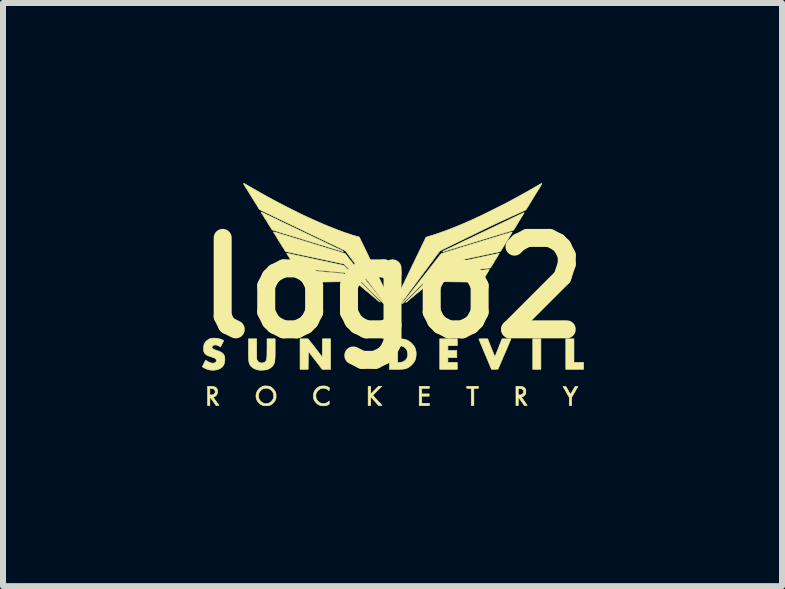
<source format=kicad_pcb>
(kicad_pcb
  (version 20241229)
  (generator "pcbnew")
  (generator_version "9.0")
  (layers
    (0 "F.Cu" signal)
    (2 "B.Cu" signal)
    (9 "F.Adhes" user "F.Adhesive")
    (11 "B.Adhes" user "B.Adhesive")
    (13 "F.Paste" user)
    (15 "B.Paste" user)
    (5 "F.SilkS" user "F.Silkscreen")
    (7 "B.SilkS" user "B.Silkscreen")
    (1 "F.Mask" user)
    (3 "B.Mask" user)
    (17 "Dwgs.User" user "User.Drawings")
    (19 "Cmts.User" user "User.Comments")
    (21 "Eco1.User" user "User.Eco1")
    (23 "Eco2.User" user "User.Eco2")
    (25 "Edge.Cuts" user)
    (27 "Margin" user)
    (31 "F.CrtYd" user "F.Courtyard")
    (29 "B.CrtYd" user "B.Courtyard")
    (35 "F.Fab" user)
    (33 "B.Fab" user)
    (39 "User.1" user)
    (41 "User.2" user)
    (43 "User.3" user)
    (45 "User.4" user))
  (footprint "logo2"
    (layer "F.Cu")
    (at 3.491 1.749)
    (property "Reference" "logo2" (at 0 0 0) (layer "F.SilkS") (effects (font (size 1.524 1.524) (thickness 0.3))))
    (attr through_hole)
    (fp_poly (pts (xy 2.472 1.355) (xy 2.337 1.355) (xy 2.337 0.847) (xy 2.472 0.847) (xy 2.472 1.355)) (stroke (width 0.01) (type solid)) (fill yes) (layer "F.SilkS"))
    (fp_poly (pts (xy 3.023 1.24) (xy 3.183 1.24) (xy 3.183 1.355) (xy 2.887 1.355) (xy 2.887 0.847) (xy 3.023 0.847) (xy 3.023 1.24)) (stroke (width 0.01) (type solid)) (fill yes) (layer "F.SilkS"))
    (fp_poly (pts (xy 1.431 1.672) (xy 1.355 1.672) (xy 1.355 1.96) (xy 1.312 1.96) (xy 1.312 1.672) (xy 1.236 1.672) (xy 1.236 1.638) (xy 1.431 1.638) (xy 1.431 1.672)) (stroke (width 0.01) (type solid)) (fill yes) (layer "F.SilkS"))
    (fp_poly (pts (xy 0.614 1.672) (xy 0.487 1.672) (xy 0.487 1.765) (xy 0.61 1.765) (xy 0.61 1.803) (xy 0.487 1.803) (xy 0.487 1.922) (xy 0.614 1.922) (xy 0.614 1.96) (xy 0.445 1.96) (xy 0.445 1.638) (xy 0.614 1.638) (xy 0.614 1.672)) (stroke (width 0.01) (type solid)) (fill yes) (layer "F.SilkS"))
    (fp_poly (pts (xy 1.079 0.961) (xy 0.923 0.961) (xy 0.923 1.041) (xy 1.071 1.041) (xy 1.071 1.16) (xy 0.923 1.16) (xy 0.923 1.24) (xy 1.079 1.24) (xy 1.079 1.355) (xy 0.787 1.355) (xy 0.787 0.847) (xy 1.079 0.847) (xy 1.079 0.961)) (stroke (width 0.01) (type solid)) (fill yes) (layer "F.SilkS"))
    (fp_poly (pts (xy -1.289 0.999) (xy -1.171 1.151) (xy -1.169 0.999) (xy -1.168 0.847) (xy -1.033 0.847) (xy -1.033 1.355) (xy -1.171 1.355) (xy -1.287 1.205) (xy -1.403 1.055) (xy -1.404 1.205) (xy -1.406 1.355) (xy -1.541 1.355) (xy -1.541 0.847) (xy -1.407 0.847) (xy -1.289 0.999)) (stroke (width 0.01) (type solid)) (fill yes) (layer "F.SilkS"))
    (fp_poly (pts (xy -0.364 1.767) (xy -0.235 1.638) (xy -0.18 1.638) (xy -0.255 1.713) (xy -0.329 1.789) (xy -0.254 1.871) (xy -0.234 1.893) (xy -0.215 1.913) (xy -0.2 1.931) (xy -0.188 1.944) (xy -0.181 1.953) (xy -0.178 1.957) (xy -0.182 1.958) (xy -0.192 1.96) (xy -0.204 1.96) (xy -0.231 1.96) (xy -0.294 1.888) (xy -0.313 1.867) (xy -0.329 1.849) (xy -0.343 1.834) (xy -0.354 1.823) (xy -0.36 1.817) (xy -0.361 1.816) (xy -0.362 1.82) (xy -0.363 1.831) (xy -0.364 1.848) (xy -0.364 1.869) (xy -0.364 1.888) (xy -0.364 1.96) (xy -0.406 1.96) (xy -0.406 1.638) (xy -0.364 1.638) (xy -0.364 1.767)) (stroke (width 0.01) (type solid)) (fill yes) (layer "F.SilkS"))
    (fp_poly (pts (xy 2.877 1.639) (xy 2.883 1.64) (xy 2.888 1.644) (xy 2.894 1.651) (xy 2.901 1.663) (xy 2.911 1.679) (xy 2.923 1.702) (xy 2.93 1.713) (xy 2.943 1.736) (xy 2.952 1.752) (xy 2.959 1.762) (xy 2.964 1.767) (xy 2.967 1.769) (xy 2.969 1.767) (xy 2.97 1.767) (xy 2.973 1.76) (xy 2.98 1.748) (xy 2.99 1.732) (xy 3.001 1.712) (xy 3.008 1.7) (xy 3.019 1.68) (xy 3.03 1.663) (xy 3.038 1.65) (xy 3.044 1.641) (xy 3.046 1.64) (xy 3.053 1.639) (xy 3.065 1.639) (xy 3.071 1.639) (xy 3.09 1.64) (xy 3.037 1.731) (xy 2.985 1.822) (xy 2.985 1.891) (xy 2.985 1.96) (xy 2.946 1.96) (xy 2.946 1.824) (xy 2.894 1.732) (xy 2.841 1.64) (xy 2.863 1.639) (xy 2.871 1.639) (xy 2.877 1.639)) (stroke (width 0.01) (type solid)) (fill yes) (layer "F.SilkS"))
    (fp_poly (pts (xy 1.926 0.847) (xy 1.945 0.847) (xy 1.958 0.848) (xy 1.966 0.848) (xy 1.97 0.85) (xy 1.971 0.852) (xy 1.971 0.854) (xy 1.969 0.859) (xy 1.964 0.871) (xy 1.956 0.89) (xy 1.946 0.914) (xy 1.933 0.944) (xy 1.919 0.978) (xy 1.903 1.015) (xy 1.885 1.056) (xy 1.867 1.098) (xy 1.863 1.107) (xy 1.758 1.353) (xy 1.649 1.355) (xy 1.545 1.107) (xy 1.527 1.064) (xy 1.51 1.023) (xy 1.494 0.984) (xy 1.479 0.95) (xy 1.467 0.919) (xy 1.456 0.894) (xy 1.448 0.874) (xy 1.443 0.86) (xy 1.44 0.854) (xy 1.44 0.853) (xy 1.441 0.851) (xy 1.444 0.849) (xy 1.451 0.848) (xy 1.463 0.847) (xy 1.481 0.847) (xy 1.507 0.847) (xy 1.512 0.847) (xy 1.585 0.847) (xy 1.645 0.997) (xy 1.658 1.03) (xy 1.67 1.061) (xy 1.681 1.088) (xy 1.691 1.111) (xy 1.698 1.128) (xy 1.704 1.139) (xy 1.706 1.144) (xy 1.706 1.144) (xy 1.708 1.139) (xy 1.713 1.128) (xy 1.72 1.11) (xy 1.73 1.088) (xy 1.74 1.06) (xy 1.753 1.03) (xy 1.766 0.997) (xy 1.767 0.994) (xy 1.825 0.847) (xy 1.899 0.847) (xy 1.926 0.847)) (stroke (width 0.01) (type solid)) (fill yes) (layer "F.SilkS"))
    (fp_poly (pts (xy 2.109 1.639) (xy 2.132 1.64) (xy 2.149 1.641) (xy 2.161 1.643) (xy 2.171 1.646) (xy 2.181 1.651) (xy 2.182 1.651) (xy 2.202 1.665) (xy 2.215 1.684) (xy 2.221 1.708) (xy 2.222 1.725) (xy 2.219 1.754) (xy 2.209 1.778) (xy 2.193 1.796) (xy 2.17 1.81) (xy 2.166 1.811) (xy 2.147 1.818) (xy 2.195 1.886) (xy 2.21 1.907) (xy 2.223 1.926) (xy 2.234 1.941) (xy 2.241 1.952) (xy 2.244 1.957) (xy 2.244 1.957) (xy 2.24 1.959) (xy 2.23 1.959) (xy 2.22 1.959) (xy 2.196 1.958) (xy 2.149 1.889) (xy 2.134 1.868) (xy 2.121 1.85) (xy 2.11 1.835) (xy 2.103 1.825) (xy 2.099 1.821) (xy 2.099 1.82) (xy 2.098 1.824) (xy 2.097 1.835) (xy 2.096 1.852) (xy 2.096 1.873) (xy 2.095 1.89) (xy 2.095 1.96) (xy 2.057 1.96) (xy 2.057 1.782) (xy 2.095 1.782) (xy 2.118 1.782) (xy 2.135 1.781) (xy 2.151 1.776) (xy 2.155 1.775) (xy 2.17 1.763) (xy 2.18 1.746) (xy 2.183 1.726) (xy 2.182 1.722) (xy 2.178 1.703) (xy 2.17 1.691) (xy 2.156 1.682) (xy 2.137 1.676) (xy 2.121 1.674) (xy 2.095 1.671) (xy 2.095 1.782) (xy 2.057 1.782) (xy 2.057 1.637) (xy 2.109 1.639)) (stroke (width 0.01) (type solid)) (fill yes) (layer "F.SilkS"))
    (fp_poly (pts (xy 0.056 0.847) (xy 0.096 0.847) (xy 0.129 0.848) (xy 0.157 0.849) (xy 0.179 0.851) (xy 0.199 0.855) (xy 0.216 0.859) (xy 0.233 0.865) (xy 0.25 0.873) (xy 0.257 0.876) (xy 0.293 0.899) (xy 0.326 0.928) (xy 0.353 0.962) (xy 0.375 0.999) (xy 0.387 1.035) (xy 0.39 1.052) (xy 0.393 1.074) (xy 0.394 1.097) (xy 0.394 1.102) (xy 0.391 1.145) (xy 0.384 1.182) (xy 0.37 1.216) (xy 0.349 1.248) (xy 0.321 1.279) (xy 0.32 1.281) (xy 0.292 1.306) (xy 0.266 1.324) (xy 0.258 1.328) (xy 0.243 1.336) (xy 0.228 1.341) (xy 0.214 1.346) (xy 0.199 1.349) (xy 0.181 1.352) (xy 0.159 1.353) (xy 0.132 1.354) (xy 0.099 1.355) (xy 0.065 1.355) (xy -0.051 1.355) (xy -0.051 1.241) (xy 0.085 1.241) (xy 0.121 1.24) (xy 0.141 1.238) (xy 0.157 1.235) (xy 0.171 1.23) (xy 0.185 1.223) (xy 0.212 1.205) (xy 0.233 1.182) (xy 0.246 1.155) (xy 0.253 1.122) (xy 0.254 1.103) (xy 0.25 1.068) (xy 0.24 1.037) (xy 0.223 1.01) (xy 0.2 0.989) (xy 0.196 0.986) (xy 0.18 0.977) (xy 0.164 0.971) (xy 0.145 0.966) (xy 0.121 0.963) (xy 0.115 0.963) (xy 0.085 0.96) (xy 0.085 1.241) (xy -0.051 1.241) (xy -0.051 0.847) (xy 0.056 0.847)) (stroke (width 0.01) (type solid)) (fill yes) (layer "F.SilkS"))
    (fp_poly (pts (xy -2.264 1.017) (xy -2.263 1.188) (xy -2.252 1.208) (xy -2.238 1.228) (xy -2.219 1.241) (xy -2.195 1.248) (xy -2.178 1.249) (xy -2.158 1.247) (xy -2.142 1.242) (xy -2.136 1.239) (xy -2.126 1.233) (xy -2.118 1.226) (xy -2.111 1.217) (xy -2.105 1.207) (xy -2.101 1.193) (xy -2.097 1.176) (xy -2.095 1.154) (xy -2.093 1.126) (xy -2.092 1.093) (xy -2.092 1.053) (xy -2.091 1.005) (xy -2.091 0.998) (xy -2.091 0.847) (xy -1.956 0.847) (xy -1.956 1.004) (xy -1.956 1.055) (xy -1.956 1.099) (xy -1.957 1.135) (xy -1.958 1.166) (xy -1.96 1.191) (xy -1.962 1.212) (xy -1.965 1.229) (xy -1.968 1.244) (xy -1.972 1.257) (xy -1.973 1.259) (xy -1.988 1.287) (xy -2.009 1.312) (xy -2.036 1.334) (xy -2.068 1.351) (xy -2.097 1.361) (xy -2.118 1.365) (xy -2.144 1.368) (xy -2.172 1.369) (xy -2.199 1.37) (xy -2.222 1.368) (xy -2.227 1.368) (xy -2.269 1.358) (xy -2.307 1.343) (xy -2.338 1.323) (xy -2.364 1.298) (xy -2.382 1.268) (xy -2.383 1.265) (xy -2.387 1.255) (xy -2.391 1.244) (xy -2.393 1.231) (xy -2.395 1.216) (xy -2.397 1.197) (xy -2.398 1.173) (xy -2.399 1.145) (xy -2.4 1.111) (xy -2.4 1.069) (xy -2.4 1.021) (xy -2.4 1.019) (xy -2.4 0.847) (xy -2.265 0.847) (xy -2.264 1.017)) (stroke (width 0.01) (type solid)) (fill yes) (layer "F.SilkS"))
    (fp_poly (pts (xy -3 1.64) (xy -2.971 1.645) (xy -2.949 1.654) (xy -2.933 1.668) (xy -2.922 1.685) (xy -2.917 1.702) (xy -2.915 1.73) (xy -2.919 1.756) (xy -2.929 1.779) (xy -2.945 1.798) (xy -2.966 1.81) (xy -2.977 1.814) (xy -2.985 1.817) (xy -2.989 1.819) (xy -2.986 1.823) (xy -2.98 1.833) (xy -2.97 1.847) (xy -2.957 1.865) (xy -2.943 1.885) (xy -2.943 1.885) (xy -2.928 1.906) (xy -2.915 1.924) (xy -2.905 1.939) (xy -2.897 1.95) (xy -2.894 1.955) (xy -2.894 1.958) (xy -2.901 1.959) (xy -2.914 1.96) (xy -2.916 1.96) (xy -2.94 1.96) (xy -2.988 1.89) (xy -3.003 1.869) (xy -3.017 1.85) (xy -3.028 1.835) (xy -3.036 1.825) (xy -3.04 1.82) (xy -3.04 1.82) (xy -3.041 1.824) (xy -3.042 1.835) (xy -3.043 1.852) (xy -3.044 1.873) (xy -3.044 1.89) (xy -3.044 1.96) (xy -3.082 1.96) (xy -3.082 1.782) (xy -3.044 1.782) (xy -3.023 1.782) (xy -3.006 1.781) (xy -2.989 1.777) (xy -2.984 1.775) (xy -2.969 1.765) (xy -2.959 1.751) (xy -2.954 1.734) (xy -2.956 1.717) (xy -2.963 1.7) (xy -2.974 1.687) (xy -2.991 1.678) (xy -2.993 1.678) (xy -3.009 1.675) (xy -3.025 1.673) (xy -3.028 1.673) (xy -3.044 1.672) (xy -3.044 1.782) (xy -3.082 1.782) (xy -3.082 1.638) (xy -3.035 1.638) (xy -3 1.64)) (stroke (width 0.01) (type solid)) (fill yes) (layer "F.SilkS"))
    (fp_poly (pts (xy -1.129 1.633) (xy -1.115 1.634) (xy -1.103 1.637) (xy -1.09 1.643) (xy -1.082 1.646) (xy -1.054 1.66) (xy -1.054 1.685) (xy -1.055 1.701) (xy -1.057 1.708) (xy -1.061 1.709) (xy -1.068 1.703) (xy -1.069 1.701) (xy -1.084 1.69) (xy -1.104 1.679) (xy -1.127 1.672) (xy -1.145 1.669) (xy -1.175 1.671) (xy -1.204 1.68) (xy -1.23 1.697) (xy -1.252 1.719) (xy -1.268 1.746) (xy -1.269 1.747) (xy -1.274 1.761) (xy -1.277 1.773) (xy -1.278 1.787) (xy -1.278 1.803) (xy -1.275 1.829) (xy -1.268 1.85) (xy -1.257 1.869) (xy -1.246 1.883) (xy -1.224 1.904) (xy -1.201 1.917) (xy -1.173 1.924) (xy -1.162 1.925) (xy -1.133 1.925) (xy -1.109 1.919) (xy -1.085 1.907) (xy -1.073 1.898) (xy -1.054 1.884) (xy -1.055 1.91) (xy -1.056 1.937) (xy -1.081 1.949) (xy -1.095 1.956) (xy -1.107 1.96) (xy -1.122 1.962) (xy -1.141 1.963) (xy -1.144 1.963) (xy -1.169 1.963) (xy -1.189 1.961) (xy -1.2 1.959) (xy -1.236 1.943) (xy -1.267 1.92) (xy -1.291 1.892) (xy -1.306 1.867) (xy -1.312 1.852) (xy -1.316 1.839) (xy -1.318 1.826) (xy -1.319 1.808) (xy -1.319 1.801) (xy -1.316 1.763) (xy -1.306 1.73) (xy -1.289 1.7) (xy -1.265 1.674) (xy -1.251 1.663) (xy -1.228 1.648) (xy -1.205 1.638) (xy -1.179 1.633) (xy -1.149 1.632) (xy -1.129 1.633)) (stroke (width 0.01) (type solid)) (fill yes) (layer "F.SilkS"))
    (fp_poly (pts (xy -1.574 -0.308) (xy -1.563 -0.306) (xy -1.545 -0.305) (xy -1.524 -0.303) (xy -1.501 -0.301) (xy -1.499 -0.301) (xy -1.473 -0.299) (xy -1.446 -0.296) (xy -1.422 -0.294) (xy -1.403 -0.292) (xy -1.383 -0.29) (xy -1.358 -0.287) (xy -1.331 -0.285) (xy -1.312 -0.284) (xy -1.277 -0.281) (xy -1.234 -0.277) (xy -1.185 -0.273) (xy -1.131 -0.268) (xy -1.073 -0.263) (xy -1.046 -0.261) (xy -1.016 -0.258) (xy -0.982 -0.255) (xy -0.946 -0.252) (xy -0.912 -0.249) (xy -0.899 -0.248) (xy -0.873 -0.245) (xy -0.851 -0.243) (xy -0.832 -0.241) (xy -0.819 -0.239) (xy -0.813 -0.238) (xy -0.81 -0.236) (xy -0.805 -0.233) (xy -0.798 -0.228) (xy -0.787 -0.219) (xy -0.773 -0.207) (xy -0.754 -0.191) (xy -0.741 -0.18) (xy -0.728 -0.169) (xy -0.712 -0.155) (xy -0.695 -0.141) (xy -0.693 -0.14) (xy -0.68 -0.129) (xy -0.67 -0.119) (xy -0.665 -0.113) (xy -0.665 -0.112) (xy -0.668 -0.111) (xy -0.678 -0.109) (xy -0.695 -0.108) (xy -0.719 -0.107) (xy -0.75 -0.106) (xy -0.789 -0.106) (xy -0.837 -0.105) (xy -0.863 -0.104) (xy -0.912 -0.104) (xy -0.968 -0.103) (xy -1.028 -0.102) (xy -1.089 -0.101) (xy -1.15 -0.1) (xy -1.207 -0.1) (xy -1.258 -0.099) (xy -1.262 -0.099) (xy -1.463 -0.096) (xy -1.471 -0.106) (xy -1.476 -0.114) (xy -1.485 -0.128) (xy -1.494 -0.143) (xy -1.498 -0.148) (xy -1.507 -0.163) (xy -1.515 -0.174) (xy -1.52 -0.18) (xy -1.521 -0.181) (xy -1.524 -0.186) (xy -1.524 -0.187) (xy -1.526 -0.192) (xy -1.532 -0.202) (xy -1.541 -0.217) (xy -1.552 -0.235) (xy -1.558 -0.245) (xy -1.57 -0.265) (xy -1.58 -0.282) (xy -1.587 -0.295) (xy -1.591 -0.303) (xy -1.592 -0.305) (xy -1.589 -0.308) (xy -1.579 -0.308) (xy -1.574 -0.308)) (stroke (width 0.01) (type solid)) (fill yes) (layer "F.SilkS"))
    (fp_poly (pts (xy -2.085 1.633) (xy -2.068 1.635) (xy -2.052 1.639) (xy -2.043 1.642) (xy -2.017 1.656) (xy -1.992 1.677) (xy -1.97 1.702) (xy -1.955 1.726) (xy -1.949 1.74) (xy -1.945 1.751) (xy -1.942 1.762) (xy -1.941 1.776) (xy -1.941 1.795) (xy -1.941 1.799) (xy -1.941 1.82) (xy -1.942 1.835) (xy -1.945 1.847) (xy -1.948 1.858) (xy -1.954 1.869) (xy -1.971 1.897) (xy -1.994 1.922) (xy -2.021 1.942) (xy -2.034 1.949) (xy -2.048 1.956) (xy -2.061 1.959) (xy -2.077 1.962) (xy -2.097 1.963) (xy -2.1 1.963) (xy -2.127 1.963) (xy -2.149 1.961) (xy -2.158 1.958) (xy -2.192 1.943) (xy -2.222 1.92) (xy -2.232 1.909) (xy -2.254 1.881) (xy -2.268 1.85) (xy -2.275 1.817) (xy -2.275 1.79) (xy -2.234 1.79) (xy -2.232 1.822) (xy -2.223 1.852) (xy -2.206 1.879) (xy -2.183 1.901) (xy -2.162 1.913) (xy -2.148 1.92) (xy -2.137 1.924) (xy -2.125 1.926) (xy -2.11 1.926) (xy -2.101 1.925) (xy -2.081 1.924) (xy -2.067 1.921) (xy -2.054 1.916) (xy -2.048 1.912) (xy -2.025 1.895) (xy -2.004 1.872) (xy -1.989 1.848) (xy -1.988 1.846) (xy -1.981 1.82) (xy -1.979 1.792) (xy -1.984 1.763) (xy -1.991 1.743) (xy -2.009 1.715) (xy -2.032 1.693) (xy -2.059 1.678) (xy -2.089 1.67) (xy -2.121 1.67) (xy -2.144 1.674) (xy -2.167 1.684) (xy -2.189 1.7) (xy -2.208 1.72) (xy -2.222 1.742) (xy -2.228 1.757) (xy -2.234 1.79) (xy -2.275 1.79) (xy -2.275 1.783) (xy -2.268 1.75) (xy -2.255 1.719) (xy -2.236 1.691) (xy -2.211 1.667) (xy -2.18 1.647) (xy -2.177 1.646) (xy -2.162 1.639) (xy -2.15 1.635) (xy -2.138 1.633) (xy -2.121 1.632) (xy -2.108 1.632) (xy -2.085 1.633)) (stroke (width 0.01) (type solid)) (fill yes) (layer "F.SilkS"))
    (fp_poly (pts (xy 1.61 -0.308) (xy 1.611 -0.308) (xy 1.61 -0.304) (xy 1.605 -0.294) (xy 1.597 -0.28) (xy 1.587 -0.263) (xy 1.586 -0.261) (xy 1.575 -0.244) (xy 1.566 -0.229) (xy 1.56 -0.218) (xy 1.558 -0.212) (xy 1.558 -0.212) (xy 1.555 -0.208) (xy 1.554 -0.207) (xy 1.55 -0.204) (xy 1.549 -0.203) (xy 1.547 -0.197) (xy 1.541 -0.187) (xy 1.537 -0.181) (xy 1.529 -0.169) (xy 1.519 -0.152) (xy 1.508 -0.135) (xy 1.505 -0.13) (xy 1.485 -0.097) (xy 1.362 -0.098) (xy 1.328 -0.098) (xy 1.288 -0.099) (xy 1.243 -0.099) (xy 1.196 -0.1) (xy 1.148 -0.101) (xy 1.101 -0.101) (xy 1.065 -0.102) (xy 1.022 -0.102) (xy 0.977 -0.103) (xy 0.932 -0.104) (xy 0.888 -0.104) (xy 0.848 -0.105) (xy 0.813 -0.105) (xy 0.786 -0.105) (xy 0.753 -0.105) (xy 0.728 -0.106) (xy 0.709 -0.106) (xy 0.696 -0.107) (xy 0.688 -0.108) (xy 0.683 -0.11) (xy 0.682 -0.112) (xy 0.682 -0.112) (xy 0.684 -0.118) (xy 0.685 -0.119) (xy 0.69 -0.121) (xy 0.7 -0.129) (xy 0.714 -0.14) (xy 0.732 -0.155) (xy 0.753 -0.172) (xy 0.775 -0.191) (xy 0.798 -0.211) (xy 0.805 -0.217) (xy 0.818 -0.227) (xy 0.828 -0.235) (xy 0.834 -0.238) (xy 0.841 -0.239) (xy 0.855 -0.241) (xy 0.874 -0.243) (xy 0.897 -0.246) (xy 0.918 -0.247) (xy 0.95 -0.25) (xy 0.985 -0.253) (xy 1.022 -0.257) (xy 1.055 -0.259) (xy 1.065 -0.26) (xy 1.134 -0.267) (xy 1.196 -0.272) (xy 1.251 -0.277) (xy 1.298 -0.281) (xy 1.336 -0.284) (xy 1.36 -0.286) (xy 1.386 -0.288) (xy 1.409 -0.29) (xy 1.425 -0.292) (xy 1.446 -0.294) (xy 1.471 -0.296) (xy 1.494 -0.298) (xy 1.496 -0.298) (xy 1.52 -0.3) (xy 1.546 -0.303) (xy 1.57 -0.305) (xy 1.572 -0.305) (xy 1.589 -0.307) (xy 1.602 -0.308) (xy 1.61 -0.308)) (stroke (width 0.01) (type solid)) (fill yes) (layer "F.SilkS"))
    (fp_poly (pts (xy -2.941 0.837) (xy -2.915 0.84) (xy -2.893 0.844) (xy -2.872 0.851) (xy -2.852 0.858) (xy -2.835 0.865) (xy -2.822 0.872) (xy -2.816 0.877) (xy -2.815 0.879) (xy -2.817 0.884) (xy -2.822 0.896) (xy -2.83 0.912) (xy -2.839 0.93) (xy -2.841 0.933) (xy -2.867 0.983) (xy -2.878 0.975) (xy -2.906 0.96) (xy -2.933 0.951) (xy -2.958 0.949) (xy -2.98 0.953) (xy -2.994 0.962) (xy -3.003 0.972) (xy -3.008 0.983) (xy -3.008 0.983) (xy -3.009 0.992) (xy -3.005 1) (xy -2.997 1.009) (xy -2.988 1.016) (xy -2.976 1.023) (xy -2.959 1.03) (xy -2.937 1.038) (xy -2.934 1.039) (xy -2.901 1.05) (xy -2.875 1.061) (xy -2.854 1.072) (xy -2.837 1.084) (xy -2.825 1.095) (xy -2.811 1.113) (xy -2.801 1.133) (xy -2.796 1.159) (xy -2.794 1.189) (xy -2.797 1.231) (xy -2.806 1.266) (xy -2.822 1.297) (xy -2.844 1.322) (xy -2.873 1.342) (xy -2.909 1.358) (xy -2.911 1.358) (xy -2.933 1.364) (xy -2.961 1.368) (xy -2.991 1.37) (xy -3.019 1.369) (xy -3.036 1.367) (xy -3.053 1.364) (xy -3.074 1.359) (xy -3.087 1.355) (xy -3.102 1.349) (xy -3.119 1.341) (xy -3.136 1.333) (xy -3.152 1.325) (xy -3.163 1.317) (xy -3.168 1.313) (xy -3.167 1.308) (xy -3.163 1.298) (xy -3.156 1.284) (xy -3.148 1.267) (xy -3.139 1.249) (xy -3.13 1.232) (xy -3.122 1.218) (xy -3.116 1.207) (xy -3.113 1.203) (xy -3.11 1.205) (xy -3.101 1.21) (xy -3.092 1.216) (xy -3.066 1.233) (xy -3.044 1.244) (xy -3.022 1.25) (xy -3.005 1.252) (xy -2.986 1.253) (xy -2.971 1.25) (xy -2.962 1.247) (xy -2.946 1.236) (xy -2.937 1.222) (xy -2.934 1.206) (xy -2.939 1.191) (xy -2.944 1.184) (xy -2.952 1.177) (xy -2.961 1.17) (xy -2.973 1.164) (xy -2.99 1.158) (xy -3.014 1.15) (xy -3.023 1.147) (xy -3.057 1.136) (xy -3.084 1.124) (xy -3.105 1.112) (xy -3.121 1.098) (xy -3.134 1.081) (xy -3.138 1.074) (xy -3.142 1.065) (xy -3.145 1.055) (xy -3.147 1.043) (xy -3.147 1.026) (xy -3.147 1.008) (xy -3.147 0.984) (xy -3.146 0.967) (xy -3.144 0.954) (xy -3.14 0.942) (xy -3.138 0.935) (xy -3.121 0.904) (xy -3.097 0.878) (xy -3.067 0.857) (xy -3.057 0.852) (xy -3.044 0.845) (xy -3.033 0.841) (xy -3.022 0.838) (xy -3.011 0.837) (xy -2.995 0.836) (xy -2.974 0.836) (xy -2.941 0.837)) (stroke (width 0.01) (type solid)) (fill yes) (layer "F.SilkS"))
    (fp_poly (pts (xy -2.183 -1.264) (xy -2.172 -1.259) (xy -2.156 -1.252) (xy -2.136 -1.242) (xy -2.113 -1.231) (xy -2.105 -1.227) (xy -2.079 -1.214) (xy -2.052 -1.202) (xy -2.028 -1.19) (xy -2.007 -1.18) (xy -1.992 -1.173) (xy -1.992 -1.173) (xy -1.975 -1.165) (xy -1.953 -1.154) (xy -1.929 -1.143) (xy -1.905 -1.131) (xy -1.901 -1.129) (xy -1.872 -1.115) (xy -1.844 -1.102) (xy -1.814 -1.088) (xy -1.782 -1.072) (xy -1.744 -1.055) (xy -1.717 -1.041) (xy -1.695 -1.031) (xy -1.67 -1.019) (xy -1.643 -1.006) (xy -1.623 -0.997) (xy -1.581 -0.976) (xy -1.534 -0.954) (xy -1.486 -0.931) (xy -1.441 -0.91) (xy -1.429 -0.904) (xy -1.41 -0.895) (xy -1.386 -0.884) (xy -1.361 -0.872) (xy -1.337 -0.86) (xy -1.336 -0.859) (xy -1.312 -0.848) (xy -1.286 -0.836) (xy -1.263 -0.824) (xy -1.243 -0.815) (xy -1.242 -0.815) (xy -1.223 -0.806) (xy -1.2 -0.795) (xy -1.174 -0.783) (xy -1.151 -0.771) (xy -1.106 -0.75) (xy -1.068 -0.731) (xy -1.036 -0.716) (xy -1.009 -0.703) (xy -0.987 -0.692) (xy -0.968 -0.683) (xy -0.952 -0.676) (xy -0.944 -0.672) (xy -0.907 -0.655) (xy -0.878 -0.641) (xy -0.855 -0.63) (xy -0.839 -0.621) (xy -0.828 -0.615) (xy -0.822 -0.611) (xy -0.821 -0.609) (xy -0.825 -0.606) (xy -0.834 -0.607) (xy -0.84 -0.609) (xy -0.848 -0.612) (xy -0.862 -0.617) (xy -0.878 -0.622) (xy -0.881 -0.622) (xy -0.899 -0.628) (xy -0.916 -0.633) (xy -0.929 -0.637) (xy -0.929 -0.637) (xy -0.943 -0.641) (xy -0.96 -0.647) (xy -0.972 -0.65) (xy -0.989 -0.655) (xy -1.01 -0.662) (xy -1.027 -0.667) (xy -1.044 -0.672) (xy -1.066 -0.679) (xy -1.089 -0.686) (xy -1.101 -0.69) (xy -1.129 -0.699) (xy -1.159 -0.708) (xy -1.188 -0.716) (xy -1.214 -0.724) (xy -1.237 -0.731) (xy -1.254 -0.737) (xy -1.259 -0.739) (xy -1.272 -0.743) (xy -1.289 -0.748) (xy -1.307 -0.753) (xy -1.308 -0.754) (xy -1.327 -0.759) (xy -1.347 -0.765) (xy -1.363 -0.77) (xy -1.381 -0.776) (xy -1.401 -0.782) (xy -1.412 -0.785) (xy -1.438 -0.793) (xy -1.466 -0.802) (xy -1.493 -0.81) (xy -1.509 -0.815) (xy -1.521 -0.819) (xy -1.54 -0.825) (xy -1.565 -0.833) (xy -1.594 -0.842) (xy -1.627 -0.852) (xy -1.662 -0.862) (xy -1.687 -0.87) (xy -1.707 -0.876) (xy -1.726 -0.882) (xy -1.74 -0.886) (xy -1.748 -0.889) (xy -1.748 -0.889) (xy -1.758 -0.892) (xy -1.772 -0.896) (xy -1.789 -0.901) (xy -1.791 -0.902) (xy -1.809 -0.907) (xy -1.826 -0.912) (xy -1.839 -0.916) (xy -1.839 -0.917) (xy -1.854 -0.921) (xy -1.874 -0.927) (xy -1.896 -0.934) (xy -1.92 -0.942) (xy -1.942 -0.949) (xy -1.962 -0.955) (xy -1.977 -0.959) (xy -1.983 -0.961) (xy -1.994 -0.964) (xy -2.002 -0.967) (xy -2.009 -0.973) (xy -2.016 -0.982) (xy -2.025 -0.997) (xy -2.027 -1.001) (xy -2.039 -1.02) (xy -2.047 -1.033) (xy -2.052 -1.042) (xy -2.055 -1.047) (xy -2.058 -1.05) (xy -2.061 -1.053) (xy -2.061 -1.054) (xy -2.067 -1.062) (xy -2.073 -1.073) (xy -2.079 -1.085) (xy -2.088 -1.1) (xy -2.098 -1.117) (xy -2.108 -1.133) (xy -2.118 -1.148) (xy -2.126 -1.158) (xy -2.13 -1.163) (xy -2.13 -1.163) (xy -2.134 -1.168) (xy -2.134 -1.169) (xy -2.136 -1.175) (xy -2.141 -1.185) (xy -2.15 -1.199) (xy -2.159 -1.214) (xy -2.168 -1.229) (xy -2.177 -1.241) (xy -2.183 -1.25) (xy -2.185 -1.252) (xy -2.188 -1.256) (xy -2.189 -1.263) (xy -2.187 -1.266) (xy -2.187 -1.266) (xy -2.183 -1.264)) (stroke (width 0.01) (type solid)) (fill yes) (layer "F.SilkS"))
    (fp_poly (pts (xy 2.193 -1.254) (xy 2.19 -1.247) (xy 2.183 -1.236) (xy 2.183 -1.235) (xy 2.175 -1.223) (xy 2.17 -1.213) (xy 2.17 -1.212) (xy 2.166 -1.204) (xy 2.163 -1.202) (xy 2.159 -1.199) (xy 2.159 -1.196) (xy 2.157 -1.19) (xy 2.156 -1.19) (xy 2.152 -1.186) (xy 2.146 -1.177) (xy 2.14 -1.167) (xy 2.132 -1.152) (xy 2.121 -1.134) (xy 2.11 -1.117) (xy 2.109 -1.115) (xy 2.098 -1.098) (xy 2.087 -1.079) (xy 2.078 -1.063) (xy 2.077 -1.063) (xy 2.068 -1.046) (xy 2.056 -1.027) (xy 2.048 -1.015) (xy 2.039 -1.002) (xy 2.033 -0.99) (xy 2.029 -0.983) (xy 2.023 -0.973) (xy 2.015 -0.965) (xy 2.008 -0.961) (xy 2.008 -0.961) (xy 2.002 -0.96) (xy 1.99 -0.956) (xy 1.974 -0.951) (xy 1.954 -0.945) (xy 1.949 -0.944) (xy 1.927 -0.937) (xy 1.906 -0.93) (xy 1.888 -0.925) (xy 1.876 -0.921) (xy 1.875 -0.921) (xy 1.859 -0.916) (xy 1.841 -0.911) (xy 1.834 -0.908) (xy 1.787 -0.894) (xy 1.749 -0.883) (xy 1.738 -0.879) (xy 1.719 -0.874) (xy 1.694 -0.866) (xy 1.665 -0.857) (xy 1.631 -0.847) (xy 1.596 -0.836) (xy 1.558 -0.824) (xy 1.543 -0.819) (xy 1.518 -0.812) (xy 1.49 -0.803) (xy 1.463 -0.795) (xy 1.452 -0.791) (xy 1.428 -0.784) (xy 1.401 -0.776) (xy 1.377 -0.768) (xy 1.367 -0.765) (xy 1.348 -0.759) (xy 1.331 -0.754) (xy 1.317 -0.75) (xy 1.312 -0.748) (xy 1.298 -0.744) (xy 1.282 -0.739) (xy 1.281 -0.739) (xy 1.266 -0.734) (xy 1.249 -0.729) (xy 1.242 -0.727) (xy 1.227 -0.722) (xy 1.204 -0.715) (xy 1.175 -0.706) (xy 1.142 -0.696) (xy 1.105 -0.685) (xy 1.066 -0.673) (xy 1.065 -0.672) (xy 1.042 -0.665) (xy 1.021 -0.659) (xy 1.002 -0.653) (xy 0.989 -0.649) (xy 0.988 -0.649) (xy 0.972 -0.644) (xy 0.956 -0.639) (xy 0.95 -0.637) (xy 0.938 -0.633) (xy 0.921 -0.628) (xy 0.902 -0.623) (xy 0.902 -0.622) (xy 0.885 -0.617) (xy 0.871 -0.613) (xy 0.861 -0.61) (xy 0.86 -0.609) (xy 0.849 -0.606) (xy 0.841 -0.606) (xy 0.838 -0.609) (xy 0.842 -0.612) (xy 0.851 -0.618) (xy 0.865 -0.625) (xy 0.875 -0.63) (xy 0.889 -0.636) (xy 0.905 -0.644) (xy 0.924 -0.653) (xy 0.948 -0.664) (xy 0.976 -0.677) (xy 1.009 -0.693) (xy 1.049 -0.712) (xy 1.082 -0.728) (xy 1.098 -0.736) (xy 1.12 -0.747) (xy 1.146 -0.759) (xy 1.172 -0.772) (xy 1.193 -0.782) (xy 1.216 -0.793) (xy 1.236 -0.802) (xy 1.252 -0.81) (xy 1.263 -0.815) (xy 1.268 -0.817) (xy 1.268 -0.817) (xy 1.272 -0.819) (xy 1.283 -0.824) (xy 1.299 -0.831) (xy 1.319 -0.841) (xy 1.343 -0.853) (xy 1.361 -0.861) (xy 1.387 -0.874) (xy 1.409 -0.885) (xy 1.429 -0.894) (xy 1.443 -0.901) (xy 1.452 -0.905) (xy 1.454 -0.906) (xy 1.458 -0.908) (xy 1.468 -0.913) (xy 1.484 -0.92) (xy 1.504 -0.93) (xy 1.527 -0.941) (xy 1.533 -0.943) (xy 1.56 -0.956) (xy 1.587 -0.969) (xy 1.612 -0.981) (xy 1.634 -0.992) (xy 1.649 -0.999) (xy 1.664 -1.006) (xy 1.685 -1.016) (xy 1.712 -1.029) (xy 1.743 -1.044) (xy 1.777 -1.06) (xy 1.814 -1.078) (xy 1.851 -1.096) (xy 1.889 -1.113) (xy 1.925 -1.131) (xy 1.926 -1.131) (xy 1.943 -1.14) (xy 1.965 -1.15) (xy 1.99 -1.162) (xy 2.015 -1.174) (xy 2.024 -1.178) (xy 2.065 -1.198) (xy 2.102 -1.216) (xy 2.133 -1.23) (xy 2.157 -1.242) (xy 2.176 -1.25) (xy 2.187 -1.256) (xy 2.191 -1.257) (xy 2.193 -1.254)) (stroke (width 0.01) (type solid)) (fill yes) (layer "F.SilkS"))
    (fp_poly (pts (xy -1.748 -0.577) (xy -1.732 -0.574) (xy -1.72 -0.572) (xy -1.685 -0.564) (xy -1.655 -0.557) (xy -1.628 -0.551) (xy -1.601 -0.546) (xy -1.594 -0.544) (xy -1.577 -0.541) (xy -1.562 -0.538) (xy -1.553 -0.535) (xy -1.552 -0.535) (xy -1.539 -0.532) (xy -1.521 -0.528) (xy -1.498 -0.523) (xy -1.473 -0.518) (xy -1.449 -0.513) (xy -1.427 -0.508) (xy -1.409 -0.504) (xy -1.399 -0.502) (xy -1.367 -0.495) (xy -1.343 -0.49) (xy -1.323 -0.486) (xy -1.308 -0.482) (xy -1.295 -0.48) (xy -1.284 -0.477) (xy -1.278 -0.476) (xy -1.26 -0.472) (xy -1.238 -0.467) (xy -1.218 -0.464) (xy -1.202 -0.46) (xy -1.189 -0.458) (xy -1.182 -0.456) (xy -1.181 -0.455) (xy -1.176 -0.454) (xy -1.165 -0.451) (xy -1.155 -0.449) (xy -1.141 -0.447) (xy -1.12 -0.442) (xy -1.093 -0.437) (xy -1.063 -0.43) (xy -1.031 -0.423) (xy -1.014 -0.419) (xy -1.001 -0.416) (xy -0.984 -0.413) (xy -0.965 -0.409) (xy -0.963 -0.408) (xy -0.941 -0.404) (xy -0.916 -0.398) (xy -0.895 -0.394) (xy -0.875 -0.389) (xy -0.853 -0.385) (xy -0.836 -0.381) (xy -0.835 -0.381) (xy -0.809 -0.375) (xy -0.506 -0.072) (xy -0.464 -0.03) (xy -0.423 0.011) (xy -0.385 0.049) (xy -0.349 0.085) (xy -0.317 0.119) (xy -0.287 0.148) (xy -0.262 0.175) (xy -0.24 0.197) (xy -0.224 0.214) (xy -0.212 0.227) (xy -0.205 0.235) (xy -0.204 0.236) (xy -0.207 0.236) (xy -0.216 0.231) (xy -0.227 0.223) (xy -0.229 0.221) (xy -0.245 0.208) (xy -0.261 0.194) (xy -0.273 0.184) (xy -0.3 0.161) (xy -0.323 0.143) (xy -0.343 0.126) (xy -0.362 0.11) (xy -0.382 0.093) (xy -0.39 0.086) (xy -0.405 0.074) (xy -0.421 0.06) (xy -0.43 0.053) (xy -0.445 0.041) (xy -0.46 0.028) (xy -0.468 0.021) (xy -0.481 0.01) (xy -0.497 -0.003) (xy -0.506 -0.011) (xy -0.521 -0.023) (xy -0.536 -0.036) (xy -0.544 -0.042) (xy -0.554 -0.051) (xy -0.569 -0.063) (xy -0.587 -0.077) (xy -0.605 -0.092) (xy -0.605 -0.093) (xy -0.626 -0.11) (xy -0.648 -0.129) (xy -0.669 -0.146) (xy -0.684 -0.159) (xy -0.702 -0.174) (xy -0.724 -0.193) (xy -0.746 -0.211) (xy -0.759 -0.222) (xy -0.8 -0.256) (xy -0.854 -0.261) (xy -0.878 -0.263) (xy -0.907 -0.266) (xy -0.938 -0.268) (xy -0.969 -0.271) (xy -0.982 -0.272) (xy -1.008 -0.275) (xy -1.031 -0.277) (xy -1.052 -0.279) (xy -1.067 -0.281) (xy -1.073 -0.281) (xy -1.084 -0.283) (xy -1.101 -0.284) (xy -1.122 -0.286) (xy -1.141 -0.288) (xy -1.157 -0.289) (xy -1.174 -0.291) (xy -1.192 -0.292) (xy -1.213 -0.294) (xy -1.237 -0.296) (xy -1.266 -0.299) (xy -1.301 -0.302) (xy -1.342 -0.306) (xy -1.39 -0.311) (xy -1.393 -0.311) (xy -1.423 -0.314) (xy -1.458 -0.317) (xy -1.492 -0.321) (xy -1.523 -0.323) (xy -1.529 -0.324) (xy -1.552 -0.326) (xy -1.573 -0.328) (xy -1.591 -0.33) (xy -1.602 -0.332) (xy -1.605 -0.332) (xy -1.613 -0.337) (xy -1.623 -0.348) (xy -1.634 -0.365) (xy -1.645 -0.385) (xy -1.653 -0.399) (xy -1.659 -0.408) (xy -1.662 -0.413) (xy -1.664 -0.415) (xy -1.669 -0.422) (xy -1.676 -0.433) (xy -1.679 -0.441) (xy -1.683 -0.448) (xy -1.685 -0.449) (xy -1.689 -0.452) (xy -1.693 -0.46) (xy -1.698 -0.471) (xy -1.706 -0.484) (xy -1.71 -0.491) (xy -1.72 -0.507) (xy -1.73 -0.524) (xy -1.734 -0.53) (xy -1.741 -0.541) (xy -1.747 -0.549) (xy -1.749 -0.55) (xy -1.752 -0.554) (xy -1.753 -0.556) (xy -1.755 -0.564) (xy -1.759 -0.569) (xy -1.764 -0.576) (xy -1.764 -0.579) (xy -1.759 -0.579) (xy -1.748 -0.577)) (stroke (width 0.01) (type solid)) (fill yes) (layer "F.SilkS"))
    (fp_poly (pts (xy 1.776 -0.578) (xy 1.778 -0.575) (xy 1.778 -0.574) (xy 1.776 -0.568) (xy 1.774 -0.567) (xy 1.77 -0.564) (xy 1.768 -0.56) (xy 1.765 -0.554) (xy 1.758 -0.542) (xy 1.748 -0.526) (xy 1.737 -0.508) (xy 1.736 -0.506) (xy 1.724 -0.488) (xy 1.714 -0.471) (xy 1.706 -0.458) (xy 1.702 -0.451) (xy 1.702 -0.45) (xy 1.698 -0.443) (xy 1.691 -0.43) (xy 1.682 -0.415) (xy 1.679 -0.411) (xy 1.67 -0.397) (xy 1.663 -0.385) (xy 1.66 -0.378) (xy 1.659 -0.377) (xy 1.657 -0.373) (xy 1.656 -0.373) (xy 1.652 -0.369) (xy 1.647 -0.36) (xy 1.644 -0.356) (xy 1.638 -0.345) (xy 1.631 -0.336) (xy 1.629 -0.335) (xy 1.622 -0.333) (xy 1.609 -0.331) (xy 1.59 -0.328) (xy 1.568 -0.326) (xy 1.551 -0.324) (xy 1.52 -0.321) (xy 1.485 -0.318) (xy 1.45 -0.315) (xy 1.418 -0.312) (xy 1.412 -0.311) (xy 1.35 -0.305) (xy 1.294 -0.3) (xy 1.243 -0.295) (xy 1.194 -0.29) (xy 1.145 -0.286) (xy 1.094 -0.281) (xy 1.039 -0.276) (xy 1.008 -0.273) (xy 0.981 -0.271) (xy 0.954 -0.268) (xy 0.929 -0.266) (xy 0.909 -0.263) (xy 0.902 -0.263) (xy 0.882 -0.261) (xy 0.862 -0.259) (xy 0.846 -0.258) (xy 0.844 -0.258) (xy 0.834 -0.258) (xy 0.826 -0.256) (xy 0.818 -0.253) (xy 0.808 -0.246) (xy 0.795 -0.235) (xy 0.786 -0.228) (xy 0.768 -0.212) (xy 0.746 -0.194) (xy 0.723 -0.175) (xy 0.707 -0.161) (xy 0.686 -0.144) (xy 0.664 -0.125) (xy 0.643 -0.108) (xy 0.628 -0.095) (xy 0.614 -0.083) (xy 0.595 -0.067) (xy 0.572 -0.048) (xy 0.549 -0.028) (xy 0.526 -0.01) (xy 0.506 0.007) (xy 0.487 0.023) (xy 0.47 0.037) (xy 0.458 0.047) (xy 0.451 0.053) (xy 0.45 0.054) (xy 0.443 0.06) (xy 0.431 0.07) (xy 0.417 0.081) (xy 0.413 0.085) (xy 0.398 0.096) (xy 0.385 0.107) (xy 0.376 0.115) (xy 0.374 0.116) (xy 0.367 0.123) (xy 0.355 0.133) (xy 0.341 0.145) (xy 0.336 0.148) (xy 0.321 0.161) (xy 0.302 0.176) (xy 0.282 0.193) (xy 0.267 0.206) (xy 0.249 0.222) (xy 0.236 0.233) (xy 0.227 0.239) (xy 0.222 0.241) (xy 0.22 0.239) (xy 0.22 0.238) (xy 0.223 0.235) (xy 0.232 0.226) (xy 0.245 0.212) (xy 0.264 0.193) (xy 0.287 0.169) (xy 0.314 0.142) (xy 0.344 0.111) (xy 0.378 0.077) (xy 0.415 0.041) (xy 0.454 0.002) (xy 0.495 -0.04) (xy 0.525 -0.07) (xy 0.577 -0.122) (xy 0.623 -0.168) (xy 0.664 -0.208) (xy 0.699 -0.243) (xy 0.73 -0.274) (xy 0.757 -0.3) (xy 0.779 -0.322) (xy 0.798 -0.339) (xy 0.813 -0.353) (xy 0.824 -0.364) (xy 0.833 -0.371) (xy 0.839 -0.376) (xy 0.843 -0.378) (xy 0.844 -0.378) (xy 0.855 -0.38) (xy 0.87 -0.384) (xy 0.888 -0.388) (xy 0.889 -0.388) (xy 0.909 -0.392) (xy 0.93 -0.397) (xy 0.946 -0.4) (xy 0.964 -0.404) (xy 0.986 -0.409) (xy 1.001 -0.412) (xy 1.016 -0.415) (xy 1.037 -0.42) (xy 1.062 -0.425) (xy 1.087 -0.431) (xy 1.092 -0.432) (xy 1.131 -0.44) (xy 1.162 -0.447) (xy 1.187 -0.453) (xy 1.209 -0.457) (xy 1.227 -0.461) (xy 1.23 -0.461) (xy 1.237 -0.463) (xy 1.245 -0.464) (xy 1.255 -0.467) (xy 1.268 -0.469) (xy 1.285 -0.473) (xy 1.307 -0.478) (xy 1.335 -0.484) (xy 1.368 -0.491) (xy 1.388 -0.496) (xy 1.407 -0.5) (xy 1.423 -0.503) (xy 1.427 -0.503) (xy 1.438 -0.506) (xy 1.455 -0.509) (xy 1.476 -0.514) (xy 1.499 -0.519) (xy 1.507 -0.521) (xy 1.532 -0.526) (xy 1.556 -0.532) (xy 1.578 -0.536) (xy 1.595 -0.54) (xy 1.598 -0.541) (xy 1.618 -0.545) (xy 1.641 -0.55) (xy 1.655 -0.553) (xy 1.674 -0.557) (xy 1.694 -0.561) (xy 1.706 -0.563) (xy 1.722 -0.566) (xy 1.736 -0.57) (xy 1.742 -0.571) (xy 1.759 -0.576) (xy 1.77 -0.578) (xy 1.776 -0.578)) (stroke (width 0.01) (type solid)) (fill yes) (layer "F.SilkS"))
    (fp_poly (pts (xy -1.97 -0.934) (xy -1.952 -0.929) (xy -1.928 -0.922) (xy -1.925 -0.921) (xy -1.901 -0.914) (xy -1.874 -0.905) (xy -1.845 -0.896) (xy -1.82 -0.889) (xy -1.797 -0.882) (xy -1.774 -0.875) (xy -1.754 -0.869) (xy -1.739 -0.864) (xy -1.738 -0.864) (xy -1.72 -0.858) (xy -1.696 -0.851) (xy -1.667 -0.842) (xy -1.636 -0.832) (xy -1.604 -0.823) (xy -1.573 -0.813) (xy -1.558 -0.809) (xy -1.534 -0.801) (xy -1.508 -0.793) (xy -1.484 -0.786) (xy -1.475 -0.783) (xy -1.454 -0.777) (xy -1.428 -0.769) (xy -1.403 -0.761) (xy -1.393 -0.758) (xy -1.369 -0.751) (xy -1.341 -0.742) (xy -1.314 -0.734) (xy -1.302 -0.73) (xy -1.273 -0.721) (xy -1.243 -0.712) (xy -1.212 -0.702) (xy -1.181 -0.693) (xy -1.154 -0.684) (xy -1.129 -0.677) (xy -1.11 -0.671) (xy -1.098 -0.667) (xy -1.096 -0.667) (xy -1.081 -0.662) (xy -1.062 -0.657) (xy -1.055 -0.654) (xy -1.037 -0.649) (xy -1.018 -0.643) (xy -1.012 -0.641) (xy -0.984 -0.633) (xy -0.96 -0.626) (xy -0.936 -0.618) (xy -0.908 -0.61) (xy -0.879 -0.601) (xy -0.857 -0.594) (xy -0.839 -0.588) (xy -0.826 -0.585) (xy -0.816 -0.582) (xy -0.806 -0.579) (xy -0.805 -0.579) (xy -0.795 -0.576) (xy -0.788 -0.572) (xy -0.787 -0.572) (xy -0.785 -0.567) (xy -0.778 -0.559) (xy -0.775 -0.555) (xy -0.767 -0.546) (xy -0.763 -0.539) (xy -0.762 -0.538) (xy -0.759 -0.533) (xy -0.753 -0.526) (xy -0.752 -0.525) (xy -0.744 -0.514) (xy -0.734 -0.501) (xy -0.73 -0.496) (xy -0.723 -0.486) (xy -0.717 -0.48) (xy -0.716 -0.478) (xy -0.711 -0.475) (xy -0.709 -0.47) (xy -0.704 -0.463) (xy -0.696 -0.452) (xy -0.691 -0.446) (xy -0.682 -0.435) (xy -0.67 -0.42) (xy -0.657 -0.403) (xy -0.653 -0.398) (xy -0.643 -0.384) (xy -0.634 -0.372) (xy -0.628 -0.365) (xy -0.627 -0.364) (xy -0.623 -0.36) (xy -0.616 -0.351) (xy -0.606 -0.338) (xy -0.6 -0.33) (xy -0.589 -0.315) (xy -0.578 -0.302) (xy -0.571 -0.292) (xy -0.568 -0.29) (xy -0.561 -0.281) (xy -0.552 -0.269) (xy -0.55 -0.267) (xy -0.542 -0.256) (xy -0.535 -0.246) (xy -0.525 -0.234) (xy -0.516 -0.223) (xy -0.507 -0.211) (xy -0.496 -0.198) (xy -0.491 -0.19) (xy -0.479 -0.175) (xy -0.466 -0.159) (xy -0.461 -0.152) (xy -0.449 -0.138) (xy -0.436 -0.121) (xy -0.429 -0.112) (xy -0.411 -0.088) (xy -0.392 -0.063) (xy -0.369 -0.035) (xy -0.368 -0.033) (xy -0.357 -0.019) (xy -0.346 -0.005) (xy -0.339 0.004) (xy -0.329 0.016) (xy -0.318 0.03) (xy -0.315 0.034) (xy -0.304 0.048) (xy -0.29 0.067) (xy -0.273 0.088) (xy -0.256 0.109) (xy -0.24 0.13) (xy -0.227 0.147) (xy -0.219 0.158) (xy -0.208 0.172) (xy -0.197 0.186) (xy -0.191 0.193) (xy -0.181 0.205) (xy -0.171 0.219) (xy -0.169 0.22) (xy -0.16 0.232) (xy -0.151 0.244) (xy -0.149 0.245) (xy -0.142 0.255) (xy -0.14 0.261) (xy -0.145 0.262) (xy -0.149 0.259) (xy -0.158 0.251) (xy -0.172 0.237) (xy -0.191 0.218) (xy -0.215 0.195) (xy -0.243 0.167) (xy -0.274 0.136) (xy -0.308 0.102) (xy -0.346 0.065) (xy -0.385 0.025) (xy -0.427 -0.017) (xy -0.471 -0.061) (xy -0.479 -0.069) (xy -0.807 -0.4) (xy -0.883 -0.416) (xy -0.909 -0.422) (xy -0.933 -0.427) (xy -0.954 -0.431) (xy -0.97 -0.435) (xy -0.978 -0.436) (xy -0.991 -0.439) (xy -1.009 -0.443) (xy -1.029 -0.447) (xy -1.037 -0.449) (xy -1.059 -0.454) (xy -1.083 -0.459) (xy -1.104 -0.463) (xy -1.109 -0.464) (xy -1.139 -0.471) (xy -1.163 -0.476) (xy -1.184 -0.48) (xy -1.205 -0.485) (xy -1.227 -0.49) (xy -1.253 -0.495) (xy -1.277 -0.501) (xy -1.299 -0.505) (xy -1.317 -0.509) (xy -1.331 -0.512) (xy -1.333 -0.513) (xy -1.342 -0.514) (xy -1.352 -0.516) (xy -1.366 -0.519) (xy -1.384 -0.523) (xy -1.408 -0.528) (xy -1.438 -0.534) (xy -1.463 -0.54) (xy -1.502 -0.548) (xy -1.535 -0.555) (xy -1.564 -0.561) (xy -1.579 -0.565) (xy -1.595 -0.568) (xy -1.617 -0.573) (xy -1.642 -0.578) (xy -1.667 -0.584) (xy -1.67 -0.584) (xy -1.694 -0.59) (xy -1.718 -0.595) (xy -1.739 -0.599) (xy -1.754 -0.602) (xy -1.756 -0.602) (xy -1.783 -0.607) (xy -1.8 -0.635) (xy -1.808 -0.649) (xy -1.816 -0.662) (xy -1.821 -0.67) (xy -1.822 -0.671) (xy -1.827 -0.679) (xy -1.829 -0.682) (xy -1.832 -0.686) (xy -1.838 -0.696) (xy -1.844 -0.705) (xy -1.852 -0.718) (xy -1.859 -0.729) (xy -1.862 -0.734) (xy -1.867 -0.743) (xy -1.874 -0.755) (xy -1.878 -0.763) (xy -1.885 -0.774) (xy -1.891 -0.781) (xy -1.893 -0.783) (xy -1.896 -0.787) (xy -1.897 -0.79) (xy -1.899 -0.795) (xy -1.9 -0.796) (xy -1.904 -0.799) (xy -1.907 -0.806) (xy -1.91 -0.814) (xy -1.914 -0.817) (xy -1.917 -0.82) (xy -1.918 -0.822) (xy -1.92 -0.827) (xy -1.926 -0.837) (xy -1.934 -0.852) (xy -1.944 -0.868) (xy -1.954 -0.885) (xy -1.964 -0.901) (xy -1.973 -0.914) (xy -1.979 -0.922) (xy -1.98 -0.923) (xy -1.985 -0.93) (xy -1.985 -0.934) (xy -1.98 -0.935) (xy -1.97 -0.934)) (stroke (width 0.01) (type solid)) (fill yes) (layer "F.SilkS"))
    (fp_poly (pts (xy 1.993 -0.931) (xy 1.99 -0.923) (xy 1.983 -0.91) (xy 1.971 -0.89) (xy 1.966 -0.883) (xy 1.956 -0.866) (xy 1.947 -0.851) (xy 1.941 -0.84) (xy 1.939 -0.834) (xy 1.939 -0.834) (xy 1.936 -0.83) (xy 1.935 -0.83) (xy 1.931 -0.826) (xy 1.929 -0.82) (xy 1.924 -0.809) (xy 1.919 -0.802) (xy 1.911 -0.791) (xy 1.905 -0.783) (xy 1.901 -0.776) (xy 1.893 -0.763) (xy 1.883 -0.746) (xy 1.871 -0.726) (xy 1.857 -0.704) (xy 1.844 -0.682) (xy 1.831 -0.661) (xy 1.819 -0.642) (xy 1.81 -0.627) (xy 1.81 -0.626) (xy 1.802 -0.614) (xy 1.794 -0.608) (xy 1.784 -0.604) (xy 1.774 -0.602) (xy 1.761 -0.599) (xy 1.742 -0.595) (xy 1.72 -0.59) (xy 1.696 -0.585) (xy 1.689 -0.584) (xy 1.665 -0.579) (xy 1.641 -0.574) (xy 1.621 -0.569) (xy 1.605 -0.566) (xy 1.602 -0.565) (xy 1.571 -0.559) (xy 1.547 -0.553) (xy 1.528 -0.549) (xy 1.513 -0.546) (xy 1.501 -0.544) (xy 1.491 -0.541) (xy 1.484 -0.54) (xy 1.449 -0.532) (xy 1.422 -0.526) (xy 1.4 -0.522) (xy 1.384 -0.518) (xy 1.372 -0.516) (xy 1.362 -0.514) (xy 1.355 -0.513) (xy 1.344 -0.51) (xy 1.326 -0.507) (xy 1.305 -0.502) (xy 1.282 -0.497) (xy 1.274 -0.495) (xy 1.251 -0.49) (xy 1.229 -0.485) (xy 1.21 -0.481) (xy 1.197 -0.479) (xy 1.194 -0.478) (xy 1.177 -0.475) (xy 1.161 -0.471) (xy 1.158 -0.47) (xy 1.145 -0.467) (xy 1.128 -0.464) (xy 1.109 -0.46) (xy 1.107 -0.459) (xy 1.085 -0.455) (xy 1.061 -0.45) (xy 1.038 -0.445) (xy 1.037 -0.445) (xy 1.015 -0.44) (xy 0.99 -0.434) (xy 0.968 -0.43) (xy 0.967 -0.43) (xy 0.947 -0.425) (xy 0.926 -0.421) (xy 0.908 -0.417) (xy 0.908 -0.417) (xy 0.889 -0.413) (xy 0.867 -0.408) (xy 0.856 -0.406) (xy 0.83 -0.401) (xy 0.499 -0.069) (xy 0.455 -0.025) (xy 0.412 0.017) (xy 0.372 0.058) (xy 0.334 0.095) (xy 0.299 0.13) (xy 0.267 0.162) (xy 0.239 0.19) (xy 0.214 0.214) (xy 0.194 0.234) (xy 0.179 0.248) (xy 0.169 0.258) (xy 0.164 0.262) (xy 0.164 0.262) (xy 0.161 0.259) (xy 0.161 0.258) (xy 0.163 0.253) (xy 0.17 0.244) (xy 0.171 0.242) (xy 0.178 0.235) (xy 0.189 0.221) (xy 0.202 0.205) (xy 0.217 0.185) (xy 0.233 0.165) (xy 0.245 0.15) (xy 0.254 0.139) (xy 0.266 0.124) (xy 0.279 0.106) (xy 0.293 0.088) (xy 0.307 0.071) (xy 0.319 0.055) (xy 0.328 0.043) (xy 0.334 0.036) (xy 0.336 0.034) (xy 0.34 0.028) (xy 0.35 0.016) (xy 0.363 -0.000421) (xy 0.38 -0.022) (xy 0.399 -0.046) (xy 0.42 -0.073) (xy 0.435 -0.092) (xy 0.449 -0.111) (xy 0.465 -0.131) (xy 0.479 -0.149) (xy 0.482 -0.152) (xy 0.493 -0.167) (xy 0.502 -0.177) (xy 0.508 -0.186) (xy 0.514 -0.194) (xy 0.522 -0.204) (xy 0.533 -0.218) (xy 0.535 -0.22) (xy 0.546 -0.235) (xy 0.556 -0.247) (xy 0.563 -0.256) (xy 0.564 -0.258) (xy 0.57 -0.265) (xy 0.579 -0.276) (xy 0.585 -0.284) (xy 0.593 -0.294) (xy 0.599 -0.302) (xy 0.601 -0.305) (xy 0.605 -0.309) (xy 0.612 -0.318) (xy 0.621 -0.33) (xy 0.624 -0.334) (xy 0.636 -0.349) (xy 0.646 -0.362) (xy 0.654 -0.371) (xy 0.655 -0.372) (xy 0.662 -0.38) (xy 0.665 -0.385) (xy 0.665 -0.386) (xy 0.667 -0.39) (xy 0.673 -0.398) (xy 0.675 -0.4) (xy 0.683 -0.409) (xy 0.693 -0.423) (xy 0.705 -0.438) (xy 0.71 -0.445) (xy 0.721 -0.459) (xy 0.73 -0.47) (xy 0.735 -0.477) (xy 0.737 -0.478) (xy 0.739 -0.481) (xy 0.745 -0.488) (xy 0.754 -0.5) (xy 0.767 -0.517) (xy 0.785 -0.54) (xy 0.786 -0.542) (xy 0.798 -0.557) (xy 0.808 -0.567) (xy 0.818 -0.574) (xy 0.83 -0.579) (xy 0.839 -0.582) (xy 0.858 -0.587) (xy 0.878 -0.594) (xy 0.889 -0.597) (xy 0.904 -0.602) (xy 0.926 -0.609) (xy 0.952 -0.617) (xy 0.981 -0.626) (xy 1.01 -0.634) (xy 1.02 -0.637) (xy 1.033 -0.641) (xy 1.05 -0.647) (xy 1.07 -0.653) (xy 1.082 -0.656) (xy 1.105 -0.664) (xy 1.132 -0.672) (xy 1.157 -0.679) (xy 1.164 -0.682) (xy 1.184 -0.688) (xy 1.209 -0.695) (xy 1.236 -0.704) (xy 1.261 -0.711) (xy 1.262 -0.712) (xy 1.294 -0.722) (xy 1.32 -0.73) (xy 1.341 -0.736) (xy 1.359 -0.741) (xy 1.375 -0.746) (xy 1.391 -0.751) (xy 1.409 -0.757) (xy 1.414 -0.758) (xy 1.438 -0.765) (xy 1.463 -0.773) (xy 1.487 -0.78) (xy 1.496 -0.783) (xy 1.518 -0.79) (xy 1.543 -0.798) (xy 1.569 -0.805) (xy 1.579 -0.809) (xy 1.598 -0.814) (xy 1.616 -0.82) (xy 1.629 -0.824) (xy 1.634 -0.825) (xy 1.642 -0.828) (xy 1.656 -0.832) (xy 1.675 -0.838) (xy 1.695 -0.844) (xy 1.695 -0.844) (xy 1.721 -0.852) (xy 1.751 -0.861) (xy 1.78 -0.87) (xy 1.799 -0.876) (xy 1.823 -0.884) (xy 1.849 -0.892) (xy 1.872 -0.899) (xy 1.888 -0.903) (xy 1.91 -0.91) (xy 1.932 -0.916) (xy 1.953 -0.923) (xy 1.971 -0.928) (xy 1.984 -0.933) (xy 1.988 -0.934) (xy 1.992 -0.935) (xy 1.993 -0.931)) (stroke (width 0.01) (type solid)) (fill yes) (layer "F.SilkS"))
    (fp_poly (pts (xy -2.473 -1.742) (xy -2.463 -1.737) (xy -2.45 -1.729) (xy -2.445 -1.727) (xy -2.429 -1.717) (xy -2.414 -1.708) (xy -2.403 -1.702) (xy -2.401 -1.701) (xy -2.387 -1.693) (xy -2.374 -1.685) (xy -2.366 -1.681) (xy -2.352 -1.673) (xy -2.333 -1.662) (xy -2.312 -1.65) (xy -2.292 -1.639) (xy -2.27 -1.626) (xy -2.251 -1.615) (xy -2.235 -1.606) (xy -2.223 -1.599) (xy -2.218 -1.596) (xy -2.21 -1.591) (xy -2.199 -1.585) (xy -2.197 -1.584) (xy -2.188 -1.579) (xy -2.173 -1.571) (xy -2.155 -1.561) (xy -2.135 -1.55) (xy -2.134 -1.549) (xy -2.114 -1.538) (xy -2.096 -1.528) (xy -2.08 -1.519) (xy -2.071 -1.514) (xy -2.07 -1.514) (xy -2.058 -1.508) (xy -2.048 -1.502) (xy -2.047 -1.501) (xy -2.04 -1.498) (xy -2.027 -1.491) (xy -2.011 -1.482) (xy -1.992 -1.471) (xy -1.988 -1.469) (xy -1.967 -1.458) (xy -1.948 -1.448) (xy -1.932 -1.439) (xy -1.921 -1.433) (xy -1.92 -1.433) (xy -1.903 -1.424) (xy -1.879 -1.411) (xy -1.85 -1.396) (xy -1.816 -1.379) (xy -1.78 -1.36) (xy -1.741 -1.34) (xy -1.701 -1.32) (xy -1.661 -1.3) (xy -1.622 -1.281) (xy -1.585 -1.262) (xy -1.551 -1.245) (xy -1.521 -1.231) (xy -1.497 -1.219) (xy -1.492 -1.217) (xy -1.455 -1.199) (xy -1.412 -1.179) (xy -1.365 -1.158) (xy -1.316 -1.136) (xy -1.276 -1.118) (xy -1.225 -1.095) (xy -1.168 -1.07) (xy -1.11 -1.046) (xy -1.051 -1.022) (xy -0.996 -1) (xy -0.945 -0.98) (xy -0.944 -0.98) (xy -0.922 -0.971) (xy -0.903 -0.964) (xy -0.887 -0.958) (xy -0.877 -0.954) (xy -0.874 -0.953) (xy -0.862 -0.948) (xy -0.843 -0.941) (xy -0.818 -0.932) (xy -0.79 -0.922) (xy -0.758 -0.912) (xy -0.725 -0.901) (xy -0.693 -0.89) (xy -0.661 -0.88) (xy -0.632 -0.871) (xy -0.607 -0.864) (xy -0.587 -0.858) (xy -0.576 -0.855) (xy -0.554 -0.85) (xy -0.518 -0.775) (xy -0.504 -0.747) (xy -0.488 -0.714) (xy -0.471 -0.679) (xy -0.454 -0.644) (xy -0.44 -0.616) (xy -0.427 -0.588) (xy -0.413 -0.56) (xy -0.401 -0.534) (xy -0.39 -0.511) (xy -0.381 -0.494) (xy -0.38 -0.491) (xy -0.371 -0.473) (xy -0.36 -0.45) (xy -0.348 -0.424) (xy -0.335 -0.397) (xy -0.328 -0.383) (xy -0.316 -0.357) (xy -0.3 -0.325) (xy -0.284 -0.292) (xy -0.268 -0.26) (xy -0.256 -0.234) (xy -0.244 -0.21) (xy -0.234 -0.188) (xy -0.225 -0.17) (xy -0.219 -0.157) (xy -0.216 -0.15) (xy -0.216 -0.149) (xy -0.213 -0.144) (xy -0.212 -0.144) (xy -0.208 -0.141) (xy -0.207 -0.139) (xy -0.206 -0.133) (xy -0.201 -0.121) (xy -0.194 -0.107) (xy -0.193 -0.104) (xy -0.186 -0.09) (xy -0.177 -0.071) (xy -0.166 -0.048) (xy -0.154 -0.023) (xy -0.142 0.002) (xy -0.127 0.032) (xy -0.111 0.065) (xy -0.095 0.099) (xy -0.08 0.13) (xy -0.072 0.147) (xy -0.061 0.169) (xy -0.051 0.189) (xy -0.044 0.205) (xy -0.04 0.215) (xy -0.038 0.22) (xy -0.035 0.224) (xy -0.034 0.224) (xy -0.03 0.228) (xy -0.03 0.229) (xy -0.028 0.236) (xy -0.023 0.247) (xy -0.017 0.26) (xy -0.01 0.275) (xy -0.003 0.288) (xy 0.002 0.297) (xy 0.005 0.301) (xy 0.005 0.301) (xy 0.008 0.297) (xy 0.008 0.296) (xy 0.01 0.29) (xy 0.015 0.279) (xy 0.023 0.263) (xy 0.032 0.243) (xy 0.038 0.231) (xy 0.05 0.205) (xy 0.065 0.175) (xy 0.08 0.144) (xy 0.094 0.114) (xy 0.099 0.104) (xy 0.112 0.077) (xy 0.126 0.049) (xy 0.139 0.023) (xy 0.15 -0.00041) (xy 0.155 -0.01) (xy 0.164 -0.028) (xy 0.171 -0.044) (xy 0.176 -0.056) (xy 0.178 -0.062) (xy 0.18 -0.067) (xy 0.182 -0.068) (xy 0.186 -0.071) (xy 0.186 -0.072) (xy 0.188 -0.077) (xy 0.193 -0.088) (xy 0.201 -0.105) (xy 0.211 -0.126) (xy 0.222 -0.15) (xy 0.228 -0.162) (xy 0.241 -0.189) (xy 0.254 -0.216) (xy 0.266 -0.24) (xy 0.276 -0.261) (xy 0.283 -0.276) (xy 0.285 -0.279) (xy 0.29 -0.292) (xy 0.297 -0.306) (xy 0.306 -0.324) (xy 0.316 -0.345) (xy 0.328 -0.371) (xy 0.343 -0.402) (xy 0.361 -0.438) (xy 0.382 -0.482) (xy 0.394 -0.506) (xy 0.407 -0.534) (xy 0.422 -0.563) (xy 0.435 -0.591) (xy 0.447 -0.617) (xy 0.455 -0.633) (xy 0.467 -0.657) (xy 0.48 -0.686) (xy 0.494 -0.715) (xy 0.506 -0.739) (xy 0.517 -0.761) (xy 0.527 -0.783) (xy 0.537 -0.803) (xy 0.544 -0.818) (xy 0.545 -0.82) (xy 0.549 -0.83) (xy 0.553 -0.837) (xy 0.557 -0.843) (xy 0.564 -0.847) (xy 0.574 -0.851) (xy 0.588 -0.856) (xy 0.609 -0.862) (xy 0.622 -0.866) (xy 0.675 -0.882) (xy 0.733 -0.901) (xy 0.797 -0.923) (xy 0.864 -0.947) (xy 0.934 -0.973) (xy 1.005 -1.001) (xy 1.075 -1.029) (xy 1.143 -1.057) (xy 1.209 -1.085) (xy 1.254 -1.105) (xy 1.272 -1.113) (xy 1.287 -1.12) (xy 1.297 -1.124) (xy 1.302 -1.126) (xy 1.306 -1.128) (xy 1.316 -1.132) (xy 1.331 -1.139) (xy 1.345 -1.145) (xy 1.363 -1.154) (xy 1.386 -1.165) (xy 1.412 -1.177) (xy 1.44 -1.19) (xy 1.46 -1.199) (xy 1.479 -1.208) (xy 1.504 -1.22) (xy 1.534 -1.235) (xy 1.569 -1.252) (xy 1.607 -1.271) (xy 1.647 -1.291) (xy 1.688 -1.311) (xy 1.73 -1.332) (xy 1.771 -1.353) (xy 1.809 -1.372) (xy 1.845 -1.39) (xy 1.877 -1.406) (xy 1.903 -1.42) (xy 1.918 -1.428) (xy 1.948 -1.444) (xy 1.983 -1.463) (xy 2.023 -1.484) (xy 2.065 -1.507) (xy 2.108 -1.531) (xy 2.15 -1.554) (xy 2.189 -1.576) (xy 2.224 -1.595) (xy 2.227 -1.597) (xy 2.251 -1.61) (xy 2.27 -1.621) (xy 2.286 -1.63) (xy 2.301 -1.639) (xy 2.317 -1.648) (xy 2.323 -1.651) (xy 2.363 -1.675) (xy 2.396 -1.694) (xy 2.424 -1.709) (xy 2.445 -1.722) (xy 2.462 -1.731) (xy 2.474 -1.737) (xy 2.482 -1.741) (xy 2.486 -1.742) (xy 2.488 -1.742) (xy 2.488 -1.737) (xy 2.484 -1.728) (xy 2.484 -1.728) (xy 2.479 -1.719) (xy 2.47 -1.705) (xy 2.462 -1.69) (xy 2.461 -1.689) (xy 2.45 -1.671) (xy 2.438 -1.65) (xy 2.427 -1.633) (xy 2.418 -1.619) (xy 2.412 -1.608) (xy 2.409 -1.601) (xy 2.409 -1.601) (xy 2.406 -1.596) (xy 2.405 -1.596) (xy 2.402 -1.593) (xy 2.396 -1.584) (xy 2.394 -1.58) (xy 2.388 -1.57) (xy 2.384 -1.563) (xy 2.383 -1.562) (xy 2.38 -1.557) (xy 2.376 -1.552) (xy 2.372 -1.545) (xy 2.365 -1.533) (xy 2.355 -1.517) (xy 2.343 -1.498) (xy 2.342 -1.497) (xy 2.331 -1.478) (xy 2.321 -1.462) (xy 2.314 -1.449) (xy 2.31 -1.441) (xy 2.31 -1.441) (xy 2.306 -1.433) (xy 2.303 -1.431) (xy 2.299 -1.428) (xy 2.299 -1.426) (xy 2.296 -1.421) (xy 2.291 -1.411) (xy 2.284 -1.4) (xy 2.276 -1.388) (xy 2.271 -1.378) (xy 2.269 -1.373) (xy 2.266 -1.367) (xy 2.265 -1.367) (xy 2.262 -1.363) (xy 2.255 -1.353) (xy 2.246 -1.34) (xy 2.242 -1.332) (xy 2.233 -1.318) (xy 2.225 -1.307) (xy 2.22 -1.3) (xy 2.218 -1.3) (xy 2.213 -1.298) (xy 2.202 -1.293) (xy 2.186 -1.286) (xy 2.168 -1.277) (xy 2.161 -1.274) (xy 2.142 -1.265) (xy 2.125 -1.257) (xy 2.113 -1.252) (xy 2.107 -1.249) (xy 2.106 -1.249) (xy 2.102 -1.247) (xy 2.092 -1.243) (xy 2.077 -1.236) (xy 2.069 -1.232) (xy 2.046 -1.221) (xy 2.015 -1.207) (xy 1.979 -1.191) (xy 1.94 -1.172) (xy 1.905 -1.157) (xy 1.857 -1.134) (xy 1.814 -1.115) (xy 1.775 -1.097) (xy 1.739 -1.08) (xy 1.705 -1.064) (xy 1.672 -1.049) (xy 1.639 -1.033) (xy 1.605 -1.017) (xy 1.569 -0.999) (xy 1.529 -0.98) (xy 1.486 -0.959) (xy 1.436 -0.935) (xy 1.381 -0.907) (xy 1.376 -0.905) (xy 1.345 -0.89) (xy 1.313 -0.874) (xy 1.283 -0.86) (xy 1.256 -0.847) (xy 1.234 -0.836) (xy 1.217 -0.828) (xy 1.217 -0.828) (xy 1.2 -0.819) (xy 1.177 -0.808) (xy 1.15 -0.795) (xy 1.12 -0.781) (xy 1.09 -0.766) (xy 1.071 -0.757) (xy 1.037 -0.74) (xy 0.999 -0.722) (xy 0.96 -0.702) (xy 0.922 -0.684) (xy 0.889 -0.667) (xy 0.88 -0.663) (xy 0.849 -0.648) (xy 0.826 -0.636) (xy 0.808 -0.627) (xy 0.796 -0.619) (xy 0.787 -0.613) (xy 0.782 -0.608) (xy 0.78 -0.605) (xy 0.775 -0.597) (xy 0.77 -0.593) (xy 0.77 -0.593) (xy 0.766 -0.589) (xy 0.764 -0.585) (xy 0.76 -0.577) (xy 0.752 -0.567) (xy 0.745 -0.558) (xy 0.735 -0.546) (xy 0.726 -0.535) (xy 0.723 -0.529) (xy 0.716 -0.518) (xy 0.708 -0.508) (xy 0.7 -0.499) (xy 0.691 -0.486) (xy 0.682 -0.474) (xy 0.674 -0.461) (xy 0.666 -0.451) (xy 0.663 -0.446) (xy 0.659 -0.443) (xy 0.655 -0.437) (xy 0.648 -0.428) (xy 0.639 -0.416) (xy 0.626 -0.398) (xy 0.609 -0.376) (xy 0.599 -0.362) (xy 0.585 -0.342) (xy 0.571 -0.323) (xy 0.559 -0.307) (xy 0.55 -0.296) (xy 0.547 -0.292) (xy 0.538 -0.281) (xy 0.531 -0.271) (xy 0.529 -0.269) (xy 0.517 -0.251) (xy 0.509 -0.24) (xy 0.505 -0.234) (xy 0.504 -0.233) (xy 0.5 -0.228) (xy 0.491 -0.217) (xy 0.479 -0.2) (xy 0.463 -0.178) (xy 0.444 -0.152) (xy 0.441 -0.148) (xy 0.43 -0.133) (xy 0.42 -0.12) (xy 0.413 -0.11) (xy 0.411 -0.107) (xy 0.406 -0.102) (xy 0.398 -0.09) (xy 0.386 -0.074) (xy 0.371 -0.054) (xy 0.354 -0.032) (xy 0.336 -0.008) (xy 0.318 0.017) (xy 0.3 0.041) (xy 0.284 0.063) (xy 0.269 0.083) (xy 0.257 0.099) (xy 0.249 0.11) (xy 0.247 0.114) (xy 0.24 0.123) (xy 0.231 0.135) (xy 0.221 0.149) (xy 0.211 0.162) (xy 0.203 0.172) (xy 0.2 0.176) (xy 0.196 0.181) (xy 0.189 0.191) (xy 0.179 0.205) (xy 0.178 0.207) (xy 0.167 0.222) (xy 0.158 0.234) (xy 0.151 0.243) (xy 0.151 0.243) (xy 0.144 0.252) (xy 0.135 0.264) (xy 0.132 0.269) (xy 0.125 0.28) (xy 0.119 0.289) (xy 0.117 0.291) (xy 0.114 0.294) (xy 0.111 0.298) (xy 0.107 0.303) (xy 0.1 0.312) (xy 0.09 0.325) (xy 0.079 0.34) (xy 0.054 0.373) (xy 0.004 0.373) (xy -0.021 0.372) (xy -0.038 0.371) (xy -0.048 0.369) (xy -0.051 0.367) (xy -0.064 0.351) (xy -0.073 0.34) (xy -0.076 0.335) (xy -0.076 0.334) (xy -0.079 0.329) (xy -0.084 0.323) (xy -0.093 0.312) (xy -0.098 0.304) (xy -0.103 0.298) (xy -0.111 0.287) (xy -0.123 0.271) (xy -0.137 0.252) (xy -0.152 0.232) (xy -0.168 0.21) (xy -0.183 0.19) (xy -0.198 0.17) (xy -0.21 0.154) (xy -0.219 0.142) (xy -0.224 0.134) (xy -0.225 0.133) (xy -0.229 0.128) (xy -0.237 0.118) (xy -0.244 0.107) (xy -0.255 0.093) (xy -0.263 0.082) (xy -0.271 0.071) (xy -0.279 0.059) (xy -0.29 0.045) (xy -0.304 0.027) (xy -0.31 0.019) (xy -0.323 0.000477) (xy -0.336 -0.016) (xy -0.345 -0.029) (xy -0.352 -0.038) (xy -0.352 -0.039) (xy -0.363 -0.053) (xy -0.376 -0.07) (xy -0.391 -0.091) (xy -0.407 -0.113) (xy -0.424 -0.135) (xy -0.44 -0.156) (xy -0.455 -0.176) (xy -0.467 -0.193) (xy -0.477 -0.205) (xy -0.483 -0.212) (xy -0.484 -0.214) (xy -0.489 -0.221) (xy -0.491 -0.225) (xy -0.494 -0.229) (xy -0.498 -0.236) (xy -0.51 -0.25) (xy -0.518 -0.26) (xy -0.524 -0.269) (xy -0.527 -0.273) (xy -0.533 -0.283) (xy -0.538 -0.29) (xy -0.539 -0.29) (xy -0.542 -0.295) (xy -0.55 -0.305) (xy -0.56 -0.319) (xy -0.572 -0.335) (xy -0.585 -0.351) (xy -0.596 -0.368) (xy -0.606 -0.381) (xy -0.609 -0.385) (xy -0.616 -0.394) (xy -0.625 -0.406) (xy -0.628 -0.41) (xy -0.635 -0.419) (xy -0.639 -0.426) (xy -0.639 -0.427) (xy -0.642 -0.432) (xy -0.648 -0.44) (xy -0.651 -0.442) (xy -0.661 -0.455) (xy -0.671 -0.469) (xy -0.672 -0.47) (xy -0.681 -0.483) (xy -0.69 -0.495) (xy -0.691 -0.496) (xy -0.701 -0.508) (xy -0.71 -0.52) (xy -0.71 -0.521) (xy -0.718 -0.533) (xy -0.726 -0.543) (xy -0.727 -0.544) (xy -0.734 -0.552) (xy -0.743 -0.564) (xy -0.748 -0.572) (xy -0.757 -0.585) (xy -0.766 -0.596) (xy -0.77 -0.601) (xy -0.776 -0.609) (xy -0.779 -0.614) (xy -0.779 -0.614) (xy -0.782 -0.617) (xy -0.792 -0.623) (xy -0.806 -0.63) (xy -0.814 -0.634) (xy -0.828 -0.641) (xy -0.849 -0.651) (xy -0.873 -0.663) (xy -0.9 -0.676) (xy -0.928 -0.689) (xy -0.933 -0.692) (xy -0.957 -0.704) (xy -0.979 -0.714) (xy -0.997 -0.723) (xy -1.01 -0.729) (xy -1.017 -0.732) (xy -1.018 -0.732) (xy -1.022 -0.734) (xy -1.033 -0.739) (xy -1.048 -0.747) (xy -1.068 -0.756) (xy -1.091 -0.767) (xy -1.099 -0.771) (xy -1.126 -0.784) (xy -1.154 -0.798) (xy -1.181 -0.81) (xy -1.204 -0.821) (xy -1.221 -0.83) (xy -1.244 -0.84) (xy -1.27 -0.853) (xy -1.296 -0.865) (xy -1.31 -0.872) (xy -1.333 -0.883) (xy -1.36 -0.896) (xy -1.387 -0.909) (xy -1.412 -0.921) (xy -1.459 -0.943) (xy -1.505 -0.966) (xy -1.55 -0.988) (xy -1.592 -1.007) (xy -1.627 -1.024) (xy -1.632 -1.027) (xy -1.655 -1.038) (xy -1.682 -1.05) (xy -1.71 -1.064) (xy -1.731 -1.074) (xy -1.755 -1.085) (xy -1.78 -1.097) (xy -1.802 -1.108) (xy -1.82 -1.117) (xy -1.908 -1.158) (xy -1.995 -1.2) (xy -2.017 -1.211) (xy -2.042 -1.223) (xy -2.066 -1.234) (xy -2.088 -1.245) (xy -2.106 -1.253) (xy -2.115 -1.257) (xy -2.148 -1.273) (xy -2.175 -1.286) (xy -2.197 -1.298) (xy -2.212 -1.307) (xy -2.22 -1.313) (xy -2.227 -1.322) (xy -2.235 -1.335) (xy -2.237 -1.338) (xy -2.245 -1.352) (xy -2.255 -1.369) (xy -2.266 -1.387) (xy -2.277 -1.404) (xy -2.286 -1.419) (xy -2.294 -1.43) (xy -2.297 -1.434) (xy -2.302 -1.441) (xy -2.303 -1.444) (xy -2.305 -1.448) (xy -2.311 -1.459) (xy -2.32 -1.474) (xy -2.332 -1.493) (xy -2.346 -1.515) (xy -2.347 -1.516) (xy -2.367 -1.548) (xy -2.383 -1.575) (xy -2.398 -1.599) (xy -2.413 -1.623) (xy -2.429 -1.65) (xy -2.431 -1.653) (xy -2.436 -1.661) (xy -2.439 -1.664) (xy -2.442 -1.668) (xy -2.448 -1.678) (xy -2.449 -1.681) (xy -2.456 -1.692) (xy -2.462 -1.7) (xy -2.463 -1.701) (xy -2.467 -1.709) (xy -2.468 -1.712) (xy -2.471 -1.719) (xy -2.474 -1.723) (xy -2.479 -1.729) (xy -2.481 -1.737) (xy -2.48 -1.743) (xy -2.478 -1.744) (xy -2.473 -1.742)) (stroke (width 0.01) (type solid)) (fill yes) (layer "F.SilkS")))
  (gr_rect
    (start -3 -3)
    (end 9.981 6.717)
    (stroke (width 0.1) (type default))
    (fill no)
    (layer "Edge.Cuts")))
</source>
